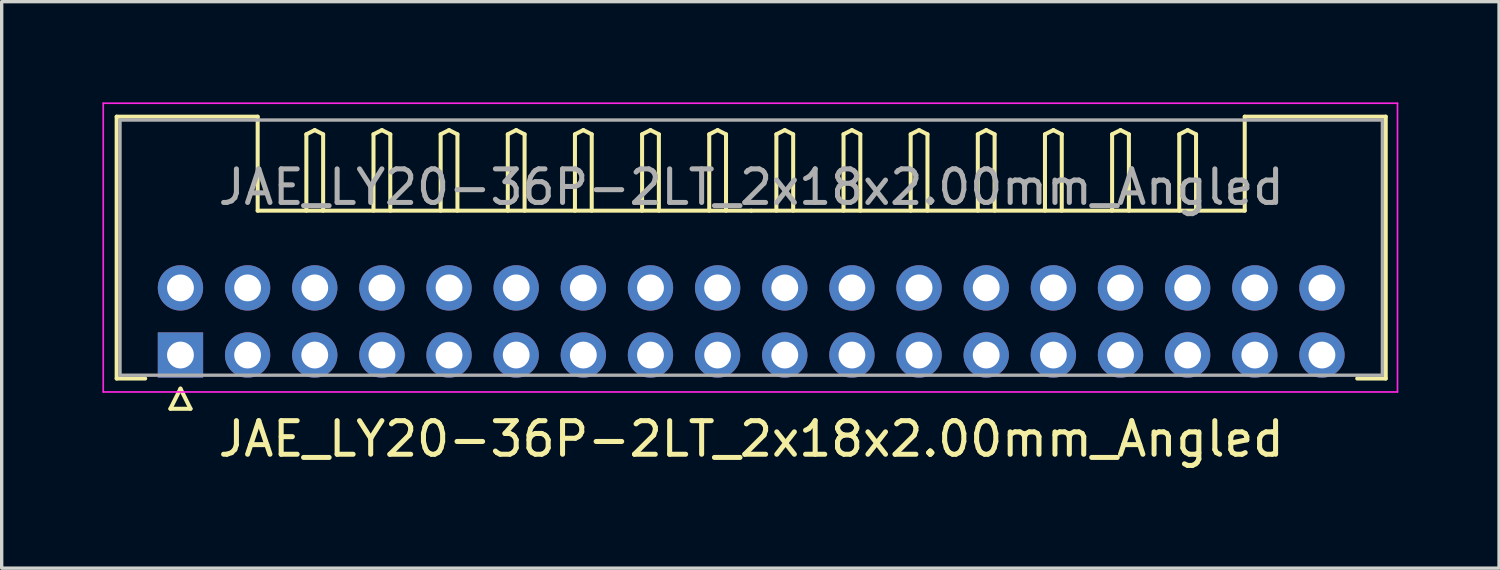
<source format=kicad_pcb>
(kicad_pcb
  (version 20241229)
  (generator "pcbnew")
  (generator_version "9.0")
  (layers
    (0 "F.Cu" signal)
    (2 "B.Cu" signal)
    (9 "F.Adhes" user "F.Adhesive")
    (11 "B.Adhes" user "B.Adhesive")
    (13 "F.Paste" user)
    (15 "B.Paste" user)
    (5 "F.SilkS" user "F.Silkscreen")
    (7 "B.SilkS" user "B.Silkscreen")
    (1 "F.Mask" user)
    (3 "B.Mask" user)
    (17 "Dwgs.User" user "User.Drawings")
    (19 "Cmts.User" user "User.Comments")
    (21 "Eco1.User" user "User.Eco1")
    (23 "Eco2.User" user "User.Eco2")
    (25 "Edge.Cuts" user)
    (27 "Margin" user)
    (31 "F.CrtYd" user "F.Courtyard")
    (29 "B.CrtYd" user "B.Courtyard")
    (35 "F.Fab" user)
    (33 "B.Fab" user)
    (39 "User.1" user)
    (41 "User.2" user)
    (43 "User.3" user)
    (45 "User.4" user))
  (footprint "JAE_LY20-36P-2LT_2x18x2.00mm_Angled"
    (layer "F.Cu")
    (at 2.325 7.525)
    (property "Reference" "JAE_LY20-36P-2LT_2x18x2.00mm_Angled" (at 17 2.5 0) (layer "F.SilkS") (effects (font (size 1 1) (thickness 0.15))))
    (attr through_hole)
    (fp_line (start -1.9 -7.1) (end 2.3 -7.1) (stroke (width 0.12) (type solid)) (layer "F.SilkS"))
    (fp_line (start -1.9 0.7) (end -1.9 -7.1) (stroke (width 0.12) (type solid)) (layer "F.SilkS"))
    (fp_line (start -1.05 0.7) (end -1.9 0.7) (stroke (width 0.12) (type solid)) (layer "F.SilkS"))
    (fp_line (start -0.3 1.6) (end 0.3 1.6) (stroke (width 0.12) (type solid)) (layer "F.SilkS"))
    (fp_line (start 0 1) (end -0.3 1.6) (stroke (width 0.12) (type solid)) (layer "F.SilkS"))
    (fp_line (start 0.3 1.6) (end 0 1) (stroke (width 0.12) (type solid)) (layer "F.SilkS"))
    (fp_line (start 2.3 -7.1) (end 2.3 -4.3) (stroke (width 0.12) (type solid)) (layer "F.SilkS"))
    (fp_line (start 2.3 -4.3) (end 17 -4.3) (stroke (width 0.12) (type solid)) (layer "F.SilkS"))
    (fp_line (start 3.75 -6.575) (end 4 -6.7) (stroke (width 0.12) (type solid)) (layer "F.SilkS"))
    (fp_line (start 3.75 -4.3) (end 3.75 -6.575) (stroke (width 0.12) (type solid)) (layer "F.SilkS"))
    (fp_line (start 4 -6.7) (end 4.25 -6.575) (stroke (width 0.12) (type solid)) (layer "F.SilkS"))
    (fp_line (start 4.25 -6.575) (end 4.25 -4.3) (stroke (width 0.12) (type solid)) (layer "F.SilkS"))
    (fp_line (start 5.75 -6.575) (end 6 -6.7) (stroke (width 0.12) (type solid)) (layer "F.SilkS"))
    (fp_line (start 5.75 -4.3) (end 5.75 -6.575) (stroke (width 0.12) (type solid)) (layer "F.SilkS"))
    (fp_line (start 6 -6.7) (end 6.25 -6.575) (stroke (width 0.12) (type solid)) (layer "F.SilkS"))
    (fp_line (start 6.25 -6.575) (end 6.25 -4.3) (stroke (width 0.12) (type solid)) (layer "F.SilkS"))
    (fp_line (start 7.75 -6.575) (end 8 -6.7) (stroke (width 0.12) (type solid)) (layer "F.SilkS"))
    (fp_line (start 7.75 -4.3) (end 7.75 -6.575) (stroke (width 0.12) (type solid)) (layer "F.SilkS"))
    (fp_line (start 8 -6.7) (end 8.25 -6.575) (stroke (width 0.12) (type solid)) (layer "F.SilkS"))
    (fp_line (start 8.25 -6.575) (end 8.25 -4.3) (stroke (width 0.12) (type solid)) (layer "F.SilkS"))
    (fp_line (start 9.75 -6.575) (end 10 -6.7) (stroke (width 0.12) (type solid)) (layer "F.SilkS"))
    (fp_line (start 9.75 -4.3) (end 9.75 -6.575) (stroke (width 0.12) (type solid)) (layer "F.SilkS"))
    (fp_line (start 10 -6.7) (end 10.25 -6.575) (stroke (width 0.12) (type solid)) (layer "F.SilkS"))
    (fp_line (start 10.25 -6.575) (end 10.25 -4.3) (stroke (width 0.12) (type solid)) (layer "F.SilkS"))
    (fp_line (start 11.75 -6.575) (end 12 -6.7) (stroke (width 0.12) (type solid)) (layer "F.SilkS"))
    (fp_line (start 11.75 -4.3) (end 11.75 -6.575) (stroke (width 0.12) (type solid)) (layer "F.SilkS"))
    (fp_line (start 12 -6.7) (end 12.25 -6.575) (stroke (width 0.12) (type solid)) (layer "F.SilkS"))
    (fp_line (start 12.25 -6.575) (end 12.25 -4.3) (stroke (width 0.12) (type solid)) (layer "F.SilkS"))
    (fp_line (start 13.75 -6.575) (end 14 -6.7) (stroke (width 0.12) (type solid)) (layer "F.SilkS"))
    (fp_line (start 13.75 -4.3) (end 13.75 -6.575) (stroke (width 0.12) (type solid)) (layer "F.SilkS"))
    (fp_line (start 14 -6.7) (end 14.25 -6.575) (stroke (width 0.12) (type solid)) (layer "F.SilkS"))
    (fp_line (start 14.25 -6.575) (end 14.25 -4.3) (stroke (width 0.12) (type solid)) (layer "F.SilkS"))
    (fp_line (start 15.75 -6.575) (end 16 -6.7) (stroke (width 0.12) (type solid)) (layer "F.SilkS"))
    (fp_line (start 15.75 -4.3) (end 15.75 -6.575) (stroke (width 0.12) (type solid)) (layer "F.SilkS"))
    (fp_line (start 16 -6.7) (end 16.25 -6.575) (stroke (width 0.12) (type solid)) (layer "F.SilkS"))
    (fp_line (start 16.25 -6.575) (end 16.25 -4.3) (stroke (width 0.12) (type solid)) (layer "F.SilkS"))
    (fp_line (start 17.75 -6.575) (end 18 -6.7) (stroke (width 0.12) (type solid)) (layer "F.SilkS"))
    (fp_line (start 17.75 -4.3) (end 17.75 -6.575) (stroke (width 0.12) (type solid)) (layer "F.SilkS"))
    (fp_line (start 18 -6.7) (end 18.25 -6.575) (stroke (width 0.12) (type solid)) (layer "F.SilkS"))
    (fp_line (start 18.25 -6.575) (end 18.25 -4.3) (stroke (width 0.12) (type solid)) (layer "F.SilkS"))
    (fp_line (start 19.75 -6.575) (end 20 -6.7) (stroke (width 0.12) (type solid)) (layer "F.SilkS"))
    (fp_line (start 19.75 -4.3) (end 19.75 -6.575) (stroke (width 0.12) (type solid)) (layer "F.SilkS"))
    (fp_line (start 20 -6.7) (end 20.25 -6.575) (stroke (width 0.12) (type solid)) (layer "F.SilkS"))
    (fp_line (start 20.25 -6.575) (end 20.25 -4.3) (stroke (width 0.12) (type solid)) (layer "F.SilkS"))
    (fp_line (start 21.75 -6.575) (end 22 -6.7) (stroke (width 0.12) (type solid)) (layer "F.SilkS"))
    (fp_line (start 21.75 -4.3) (end 21.75 -6.575) (stroke (width 0.12) (type solid)) (layer "F.SilkS"))
    (fp_line (start 22 -6.7) (end 22.25 -6.575) (stroke (width 0.12) (type solid)) (layer "F.SilkS"))
    (fp_line (start 22.25 -6.575) (end 22.25 -4.3) (stroke (width 0.12) (type solid)) (layer "F.SilkS"))
    (fp_line (start 23.75 -6.575) (end 24 -6.7) (stroke (width 0.12) (type solid)) (layer "F.SilkS"))
    (fp_line (start 23.75 -4.3) (end 23.75 -6.575) (stroke (width 0.12) (type solid)) (layer "F.SilkS"))
    (fp_line (start 24 -6.7) (end 24.25 -6.575) (stroke (width 0.12) (type solid)) (layer "F.SilkS"))
    (fp_line (start 24.25 -6.575) (end 24.25 -4.3) (stroke (width 0.12) (type solid)) (layer "F.SilkS"))
    (fp_line (start 25.75 -6.575) (end 26 -6.7) (stroke (width 0.12) (type solid)) (layer "F.SilkS"))
    (fp_line (start 25.75 -4.3) (end 25.75 -6.575) (stroke (width 0.12) (type solid)) (layer "F.SilkS"))
    (fp_line (start 26 -6.7) (end 26.25 -6.575) (stroke (width 0.12) (type solid)) (layer "F.SilkS"))
    (fp_line (start 26.25 -6.575) (end 26.25 -4.3) (stroke (width 0.12) (type solid)) (layer "F.SilkS"))
    (fp_line (start 27.75 -6.575) (end 28 -6.7) (stroke (width 0.12) (type solid)) (layer "F.SilkS"))
    (fp_line (start 27.75 -4.3) (end 27.75 -6.575) (stroke (width 0.12) (type solid)) (layer "F.SilkS"))
    (fp_line (start 28 -6.7) (end 28.25 -6.575) (stroke (width 0.12) (type solid)) (layer "F.SilkS"))
    (fp_line (start 28.25 -6.575) (end 28.25 -4.3) (stroke (width 0.12) (type solid)) (layer "F.SilkS"))
    (fp_line (start 29.75 -6.575) (end 30 -6.7) (stroke (width 0.12) (type solid)) (layer "F.SilkS"))
    (fp_line (start 29.75 -4.3) (end 29.75 -6.575) (stroke (width 0.12) (type solid)) (layer "F.SilkS"))
    (fp_line (start 30 -6.7) (end 30.25 -6.575) (stroke (width 0.12) (type solid)) (layer "F.SilkS"))
    (fp_line (start 30.25 -6.575) (end 30.25 -4.3) (stroke (width 0.12) (type solid)) (layer "F.SilkS"))
    (fp_line (start 31.7 -7.1) (end 31.7 -4.3) (stroke (width 0.12) (type solid)) (layer "F.SilkS"))
    (fp_line (start 31.7 -4.3) (end 17 -4.3) (stroke (width 0.12) (type solid)) (layer "F.SilkS"))
    (fp_line (start 35.05 0.7) (end 35.9 0.7) (stroke (width 0.12) (type solid)) (layer "F.SilkS"))
    (fp_line (start 35.9 -7.1) (end 31.7 -7.1) (stroke (width 0.12) (type solid)) (layer "F.SilkS"))
    (fp_line (start 35.9 0.7) (end 35.9 -7.1) (stroke (width 0.12) (type solid)) (layer "F.SilkS"))
    (fp_line (start -2.3 -7.5) (end -2.3 1.1) (stroke (width 0.05) (type solid)) (layer "F.CrtYd"))
    (fp_line (start -2.3 1.1) (end 36.25 1.1) (stroke (width 0.05) (type solid)) (layer "F.CrtYd"))
    (fp_line (start 36.25 -7.5) (end -2.3 -7.5) (stroke (width 0.05) (type solid)) (layer "F.CrtYd"))
    (fp_line (start 36.25 1.1) (end 36.25 -7.5) (stroke (width 0.05) (type solid)) (layer "F.CrtYd"))
    (fp_line (start -1.8 -7) (end -1.8 0.6) (stroke (width 0.1) (type solid)) (layer "F.Fab"))
    (fp_line (start -1.8 0.6) (end 35.8 0.6) (stroke (width 0.1) (type solid)) (layer "F.Fab"))
    (fp_line (start 35.8 -7) (end -1.8 -7) (stroke (width 0.1) (type solid)) (layer "F.Fab"))
    (fp_line (start 35.8 0.6) (end 35.8 -7) (stroke (width 0.1) (type solid)) (layer "F.Fab"))
    (fp_text user "${REFERENCE}" (at 17 -5 0) (layer "F.Fab") (effects (font (size 1 1) (thickness 0.15))))
    (pad "1" thru_hole rect (at 0 0) (size 1.35 1.35) (drill 0.8) (layers "*.Cu" "*.Mask"))
    (pad "2" thru_hole circle (at 2 0) (size 1.35 1.35) (drill 0.8) (layers "*.Cu" "*.Mask"))
    (pad "3" thru_hole circle (at 4 0) (size 1.35 1.35) (drill 0.8) (layers "*.Cu" "*.Mask"))
    (pad "4" thru_hole circle (at 6 0) (size 1.35 1.35) (drill 0.8) (layers "*.Cu" "*.Mask"))
    (pad "5" thru_hole circle (at 8 0) (size 1.35 1.35) (drill 0.8) (layers "*.Cu" "*.Mask"))
    (pad "6" thru_hole circle (at 10 0) (size 1.35 1.35) (drill 0.8) (layers "*.Cu" "*.Mask"))
    (pad "7" thru_hole circle (at 12 0) (size 1.35 1.35) (drill 0.8) (layers "*.Cu" "*.Mask"))
    (pad "8" thru_hole circle (at 14 0) (size 1.35 1.35) (drill 0.8) (layers "*.Cu" "*.Mask"))
    (pad "9" thru_hole circle (at 16 0) (size 1.35 1.35) (drill 0.8) (layers "*.Cu" "*.Mask"))
    (pad "10" thru_hole circle (at 18 0) (size 1.35 1.35) (drill 0.8) (layers "*.Cu" "*.Mask"))
    (pad "11" thru_hole circle (at 20 0) (size 1.35 1.35) (drill 0.8) (layers "*.Cu" "*.Mask"))
    (pad "12" thru_hole circle (at 22 0) (size 1.35 1.35) (drill 0.8) (layers "*.Cu" "*.Mask"))
    (pad "13" thru_hole circle (at 24 0) (size 1.35 1.35) (drill 0.8) (layers "*.Cu" "*.Mask"))
    (pad "14" thru_hole circle (at 26 0) (size 1.35 1.35) (drill 0.8) (layers "*.Cu" "*.Mask"))
    (pad "15" thru_hole circle (at 28 0) (size 1.35 1.35) (drill 0.8) (layers "*.Cu" "*.Mask"))
    (pad "16" thru_hole circle (at 30 0) (size 1.35 1.35) (drill 0.8) (layers "*.Cu" "*.Mask"))
    (pad "17" thru_hole circle (at 32 0) (size 1.35 1.35) (drill 0.8) (layers "*.Cu" "*.Mask"))
    (pad "18" thru_hole circle (at 34 0) (size 1.35 1.35) (drill 0.8) (layers "*.Cu" "*.Mask"))
    (pad "19" thru_hole circle (at 0 -2) (size 1.35 1.35) (drill 0.8) (layers "*.Cu" "*.Mask"))
    (pad "20" thru_hole circle (at 2 -2) (size 1.35 1.35) (drill 0.8) (layers "*.Cu" "*.Mask"))
    (pad "21" thru_hole circle (at 4 -2) (size 1.35 1.35) (drill 0.8) (layers "*.Cu" "*.Mask"))
    (pad "22" thru_hole circle (at 6 -2) (size 1.35 1.35) (drill 0.8) (layers "*.Cu" "*.Mask"))
    (pad "23" thru_hole circle (at 8 -2) (size 1.35 1.35) (drill 0.8) (layers "*.Cu" "*.Mask"))
    (pad "24" thru_hole circle (at 10 -2) (size 1.35 1.35) (drill 0.8) (layers "*.Cu" "*.Mask"))
    (pad "25" thru_hole circle (at 12 -2) (size 1.35 1.35) (drill 0.8) (layers "*.Cu" "*.Mask"))
    (pad "26" thru_hole circle (at 14 -2) (size 1.35 1.35) (drill 0.8) (layers "*.Cu" "*.Mask"))
    (pad "27" thru_hole circle (at 16 -2) (size 1.35 1.35) (drill 0.8) (layers "*.Cu" "*.Mask"))
    (pad "28" thru_hole circle (at 18 -2) (size 1.35 1.35) (drill 0.8) (layers "*.Cu" "*.Mask"))
    (pad "29" thru_hole circle (at 20 -2) (size 1.35 1.35) (drill 0.8) (layers "*.Cu" "*.Mask"))
    (pad "30" thru_hole circle (at 22 -2) (size 1.35 1.35) (drill 0.8) (layers "*.Cu" "*.Mask"))
    (pad "31" thru_hole circle (at 24 -2) (size 1.35 1.35) (drill 0.8) (layers "*.Cu" "*.Mask"))
    (pad "32" thru_hole circle (at 26 -2) (size 1.35 1.35) (drill 0.8) (layers "*.Cu" "*.Mask"))
    (pad "33" thru_hole circle (at 28 -2) (size 1.35 1.35) (drill 0.8) (layers "*.Cu" "*.Mask"))
    (pad "34" thru_hole circle (at 30 -2) (size 1.35 1.35) (drill 0.8) (layers "*.Cu" "*.Mask"))
    (pad "35" thru_hole circle (at 32 -2) (size 1.35 1.35) (drill 0.8) (layers "*.Cu" "*.Mask"))
    (pad "36" thru_hole circle (at 34 -2) (size 1.35 1.35) (drill 0.8) (layers "*.Cu" "*.Mask")))
  (gr_rect
    (start -3 -3)
    (end 41.6 13.873)
    (stroke (width 0.1) (type default))
    (fill no)
    (layer "Edge.Cuts")))
</source>
